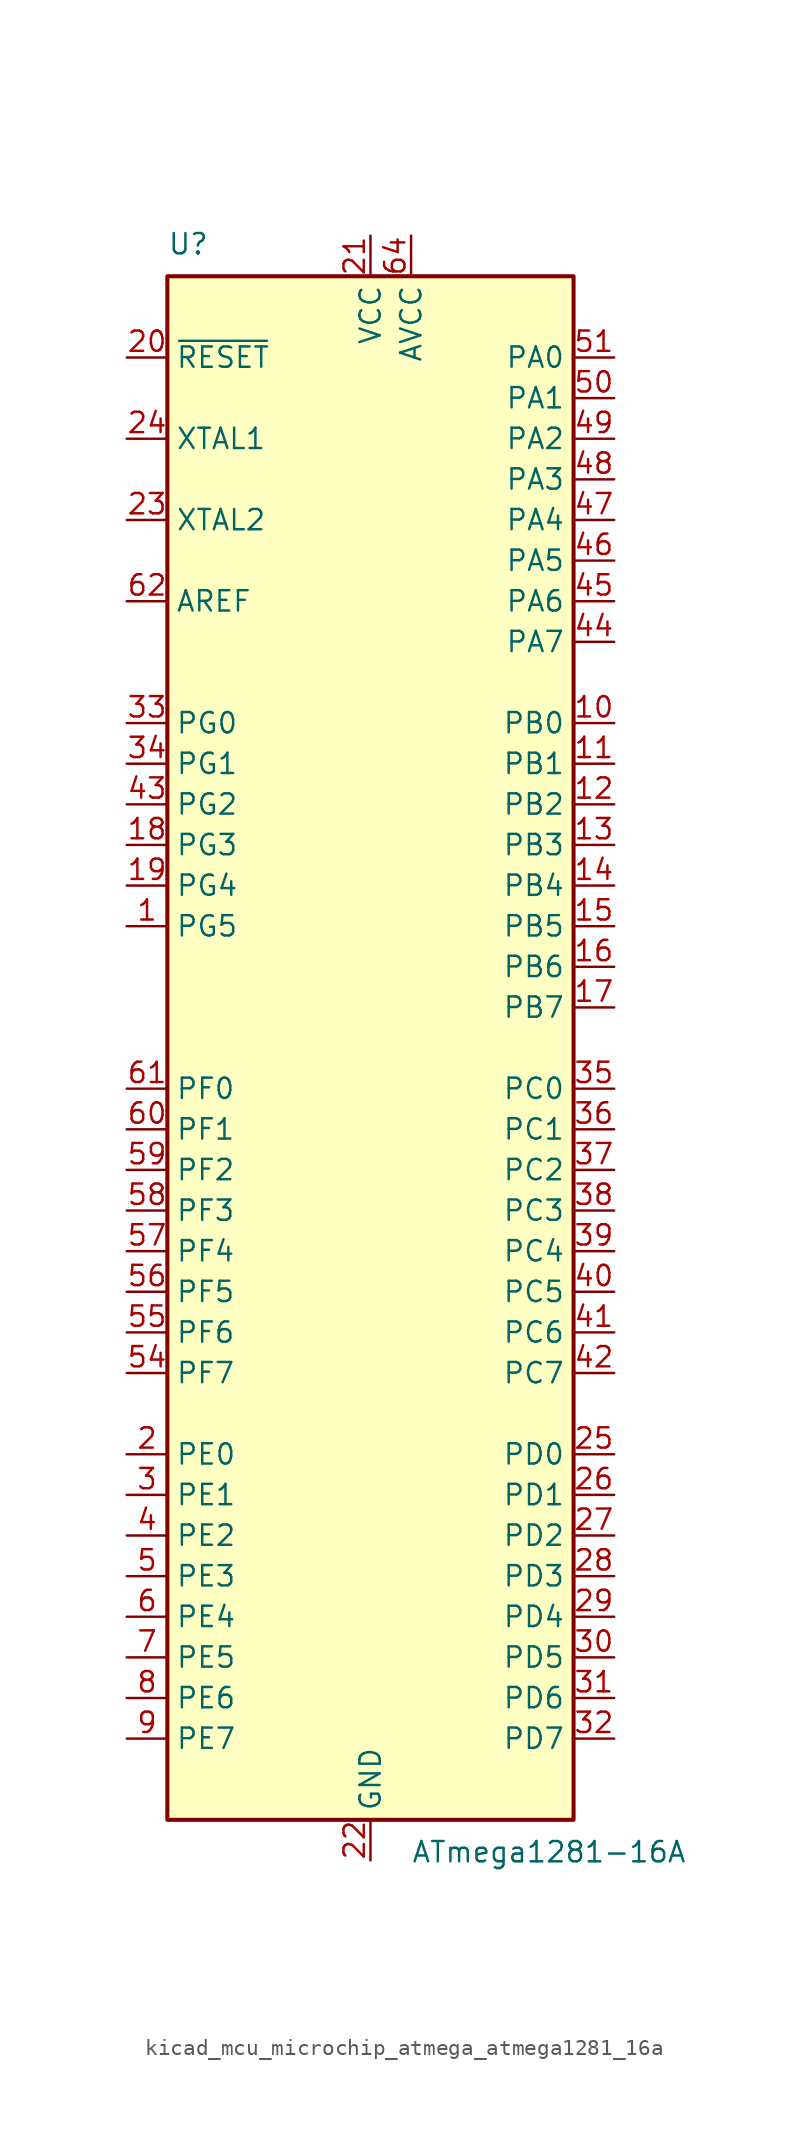
<source format=kicad_sym>
(kicad_symbol_lib
  (version 20220914)
  (generator kicad_symbol_editor)
  (symbol "kicad_mcu_microchip_atmega_atmega1281_16a"
    (property "Reference" "U"
      (at -12.7 49.53 0)
      (effects (font (size 1.27 1.27)) (justify left bottom)))
    (property "Value" "ATmega1281-16A"
      (at 2.54 -49.53 0)
      (effects (font (size 1.27 1.27)) (justify left top)))
    (symbol "kicad_mcu_microchip_atmega_atmega1281_16a_0_1"
      (rectangle (start -12.7 -48.26) (end 12.7 48.26) (stroke (width 0.254) (type default)) (fill (type background))))
    (symbol "kicad_mcu_microchip_atmega_atmega1281_16a_1_1"
      (pin bidirectional line (at -15.24 7.62 0) (length 2.54) (name "PG5" (effects (font (size 1.27 1.27)))) (number "1" (effects (font (size 1.27 1.27)))))
      (pin bidirectional line (at 15.24 20.32 180) (length 2.54) (name "PB0" (effects (font (size 1.27 1.27)))) (number "10" (effects (font (size 1.27 1.27)))))
      (pin bidirectional line (at 15.24 17.78 180) (length 2.54) (name "PB1" (effects (font (size 1.27 1.27)))) (number "11" (effects (font (size 1.27 1.27)))))
      (pin bidirectional line (at 15.24 15.24 180) (length 2.54) (name "PB2" (effects (font (size 1.27 1.27)))) (number "12" (effects (font (size 1.27 1.27)))))
      (pin bidirectional line (at 15.24 12.7 180) (length 2.54) (name "PB3" (effects (font (size 1.27 1.27)))) (number "13" (effects (font (size 1.27 1.27)))))
      (pin bidirectional line (at 15.24 10.16 180) (length 2.54) (name "PB4" (effects (font (size 1.27 1.27)))) (number "14" (effects (font (size 1.27 1.27)))))
      (pin bidirectional line (at 15.24 7.62 180) (length 2.54) (name "PB5" (effects (font (size 1.27 1.27)))) (number "15" (effects (font (size 1.27 1.27)))))
      (pin bidirectional line (at 15.24 5.08 180) (length 2.54) (name "PB6" (effects (font (size 1.27 1.27)))) (number "16" (effects (font (size 1.27 1.27)))))
      (pin bidirectional line (at 15.24 2.54 180) (length 2.54) (name "PB7" (effects (font (size 1.27 1.27)))) (number "17" (effects (font (size 1.27 1.27)))))
      (pin bidirectional line (at -15.24 12.7 0) (length 2.54) (name "PG3" (effects (font (size 1.27 1.27)))) (number "18" (effects (font (size 1.27 1.27)))))
      (pin bidirectional line (at -15.24 10.16 0) (length 2.54) (name "PG4" (effects (font (size 1.27 1.27)))) (number "19" (effects (font (size 1.27 1.27)))))
      (pin bidirectional line (at -15.24 -25.4 0) (length 2.54) (name "PE0" (effects (font (size 1.27 1.27)))) (number "2" (effects (font (size 1.27 1.27)))))
      (pin input line (at -15.24 43.18 0) (length 2.54) (name "~{RESET}" (effects (font (size 1.27 1.27)))) (number "20" (effects (font (size 1.27 1.27)))))
      (pin power_in line (at 0 50.8 270) (length 2.54) (name "VCC" (effects (font (size 1.27 1.27)))) (number "21" (effects (font (size 1.27 1.27)))))
      (pin power_in line (at 0 -50.8 90) (length 2.54) (name "GND" (effects (font (size 1.27 1.27)))) (number "22" (effects (font (size 1.27 1.27)))))
      (pin output line (at -15.24 33.02 0) (length 2.54) (name "XTAL2" (effects (font (size 1.27 1.27)))) (number "23" (effects (font (size 1.27 1.27)))))
      (pin input line (at -15.24 38.1 0) (length 2.54) (name "XTAL1" (effects (font (size 1.27 1.27)))) (number "24" (effects (font (size 1.27 1.27)))))
      (pin bidirectional line (at 15.24 -25.4 180) (length 2.54) (name "PD0" (effects (font (size 1.27 1.27)))) (number "25" (effects (font (size 1.27 1.27)))))
      (pin bidirectional line (at 15.24 -27.94 180) (length 2.54) (name "PD1" (effects (font (size 1.27 1.27)))) (number "26" (effects (font (size 1.27 1.27)))))
      (pin bidirectional line (at 15.24 -30.48 180) (length 2.54) (name "PD2" (effects (font (size 1.27 1.27)))) (number "27" (effects (font (size 1.27 1.27)))))
      (pin bidirectional line (at 15.24 -33.02 180) (length 2.54) (name "PD3" (effects (font (size 1.27 1.27)))) (number "28" (effects (font (size 1.27 1.27)))))
      (pin bidirectional line (at 15.24 -35.56 180) (length 2.54) (name "PD4" (effects (font (size 1.27 1.27)))) (number "29" (effects (font (size 1.27 1.27)))))
      (pin bidirectional line (at -15.24 -27.94 0) (length 2.54) (name "PE1" (effects (font (size 1.27 1.27)))) (number "3" (effects (font (size 1.27 1.27)))))
      (pin bidirectional line (at 15.24 -38.1 180) (length 2.54) (name "PD5" (effects (font (size 1.27 1.27)))) (number "30" (effects (font (size 1.27 1.27)))))
      (pin bidirectional line (at 15.24 -40.64 180) (length 2.54) (name "PD6" (effects (font (size 1.27 1.27)))) (number "31" (effects (font (size 1.27 1.27)))))
      (pin bidirectional line (at 15.24 -43.18 180) (length 2.54) (name "PD7" (effects (font (size 1.27 1.27)))) (number "32" (effects (font (size 1.27 1.27)))))
      (pin bidirectional line (at -15.24 20.32 0) (length 2.54) (name "PG0" (effects (font (size 1.27 1.27)))) (number "33" (effects (font (size 1.27 1.27)))))
      (pin bidirectional line (at -15.24 17.78 0) (length 2.54) (name "PG1" (effects (font (size 1.27 1.27)))) (number "34" (effects (font (size 1.27 1.27)))))
      (pin bidirectional line (at 15.24 -2.54 180) (length 2.54) (name "PC0" (effects (font (size 1.27 1.27)))) (number "35" (effects (font (size 1.27 1.27)))))
      (pin bidirectional line (at 15.24 -5.08 180) (length 2.54) (name "PC1" (effects (font (size 1.27 1.27)))) (number "36" (effects (font (size 1.27 1.27)))))
      (pin bidirectional line (at 15.24 -7.62 180) (length 2.54) (name "PC2" (effects (font (size 1.27 1.27)))) (number "37" (effects (font (size 1.27 1.27)))))
      (pin bidirectional line (at 15.24 -10.16 180) (length 2.54) (name "PC3" (effects (font (size 1.27 1.27)))) (number "38" (effects (font (size 1.27 1.27)))))
      (pin bidirectional line (at 15.24 -12.7 180) (length 2.54) (name "PC4" (effects (font (size 1.27 1.27)))) (number "39" (effects (font (size 1.27 1.27)))))
      (pin bidirectional line (at -15.24 -30.48 0) (length 2.54) (name "PE2" (effects (font (size 1.27 1.27)))) (number "4" (effects (font (size 1.27 1.27)))))
      (pin bidirectional line (at 15.24 -15.24 180) (length 2.54) (name "PC5" (effects (font (size 1.27 1.27)))) (number "40" (effects (font (size 1.27 1.27)))))
      (pin bidirectional line (at 15.24 -17.78 180) (length 2.54) (name "PC6" (effects (font (size 1.27 1.27)))) (number "41" (effects (font (size 1.27 1.27)))))
      (pin bidirectional line (at 15.24 -20.32 180) (length 2.54) (name "PC7" (effects (font (size 1.27 1.27)))) (number "42" (effects (font (size 1.27 1.27)))))
      (pin bidirectional line (at -15.24 15.24 0) (length 2.54) (name "PG2" (effects (font (size 1.27 1.27)))) (number "43" (effects (font (size 1.27 1.27)))))
      (pin bidirectional line (at 15.24 25.4 180) (length 2.54) (name "PA7" (effects (font (size 1.27 1.27)))) (number "44" (effects (font (size 1.27 1.27)))))
      (pin bidirectional line (at 15.24 27.94 180) (length 2.54) (name "PA6" (effects (font (size 1.27 1.27)))) (number "45" (effects (font (size 1.27 1.27)))))
      (pin bidirectional line (at 15.24 30.48 180) (length 2.54) (name "PA5" (effects (font (size 1.27 1.27)))) (number "46" (effects (font (size 1.27 1.27)))))
      (pin bidirectional line (at 15.24 33.02 180) (length 2.54) (name "PA4" (effects (font (size 1.27 1.27)))) (number "47" (effects (font (size 1.27 1.27)))))
      (pin bidirectional line (at 15.24 35.56 180) (length 2.54) (name "PA3" (effects (font (size 1.27 1.27)))) (number "48" (effects (font (size 1.27 1.27)))))
      (pin bidirectional line (at 15.24 38.1 180) (length 2.54) (name "PA2" (effects (font (size 1.27 1.27)))) (number "49" (effects (font (size 1.27 1.27)))))
      (pin bidirectional line (at -15.24 -33.02 0) (length 2.54) (name "PE3" (effects (font (size 1.27 1.27)))) (number "5" (effects (font (size 1.27 1.27)))))
      (pin bidirectional line (at 15.24 40.64 180) (length 2.54) (name "PA1" (effects (font (size 1.27 1.27)))) (number "50" (effects (font (size 1.27 1.27)))))
      (pin bidirectional line (at 15.24 43.18 180) (length 2.54) (name "PA0" (effects (font (size 1.27 1.27)))) (number "51" (effects (font (size 1.27 1.27)))))
      (pin passive line (at 0 50.8 270) (length 2.54) hide (name "VCC" (effects (font (size 1.27 1.27)))) (number "52" (effects (font (size 1.27 1.27)))))
      (pin passive line (at 0 -50.8 90) (length 2.54) hide (name "GND" (effects (font (size 1.27 1.27)))) (number "53" (effects (font (size 1.27 1.27)))))
      (pin bidirectional line (at -15.24 -20.32 0) (length 2.54) (name "PF7" (effects (font (size 1.27 1.27)))) (number "54" (effects (font (size 1.27 1.27)))))
      (pin bidirectional line (at -15.24 -17.78 0) (length 2.54) (name "PF6" (effects (font (size 1.27 1.27)))) (number "55" (effects (font (size 1.27 1.27)))))
      (pin bidirectional line (at -15.24 -15.24 0) (length 2.54) (name "PF5" (effects (font (size 1.27 1.27)))) (number "56" (effects (font (size 1.27 1.27)))))
      (pin bidirectional line (at -15.24 -12.7 0) (length 2.54) (name "PF4" (effects (font (size 1.27 1.27)))) (number "57" (effects (font (size 1.27 1.27)))))
      (pin bidirectional line (at -15.24 -10.16 0) (length 2.54) (name "PF3" (effects (font (size 1.27 1.27)))) (number "58" (effects (font (size 1.27 1.27)))))
      (pin bidirectional line (at -15.24 -7.62 0) (length 2.54) (name "PF2" (effects (font (size 1.27 1.27)))) (number "59" (effects (font (size 1.27 1.27)))))
      (pin bidirectional line (at -15.24 -35.56 0) (length 2.54) (name "PE4" (effects (font (size 1.27 1.27)))) (number "6" (effects (font (size 1.27 1.27)))))
      (pin bidirectional line (at -15.24 -5.08 0) (length 2.54) (name "PF1" (effects (font (size 1.27 1.27)))) (number "60" (effects (font (size 1.27 1.27)))))
      (pin bidirectional line (at -15.24 -2.54 0) (length 2.54) (name "PF0" (effects (font (size 1.27 1.27)))) (number "61" (effects (font (size 1.27 1.27)))))
      (pin passive line (at -15.24 27.94 0) (length 2.54) (name "AREF" (effects (font (size 1.27 1.27)))) (number "62" (effects (font (size 1.27 1.27)))))
      (pin passive line (at 0 -50.8 90) (length 2.54) hide (name "GND" (effects (font (size 1.27 1.27)))) (number "63" (effects (font (size 1.27 1.27)))))
      (pin power_in line (at 2.54 50.8 270) (length 2.54) (name "AVCC" (effects (font (size 1.27 1.27)))) (number "64" (effects (font (size 1.27 1.27)))))
      (pin bidirectional line (at -15.24 -38.1 0) (length 2.54) (name "PE5" (effects (font (size 1.27 1.27)))) (number "7" (effects (font (size 1.27 1.27)))))
      (pin bidirectional line (at -15.24 -40.64 0) (length 2.54) (name "PE6" (effects (font (size 1.27 1.27)))) (number "8" (effects (font (size 1.27 1.27)))))
      (pin bidirectional line (at -15.24 -43.18 0) (length 2.54) (name "PE7" (effects (font (size 1.27 1.27)))) (number "9" (effects (font (size 1.27 1.27))))))))
</source>
